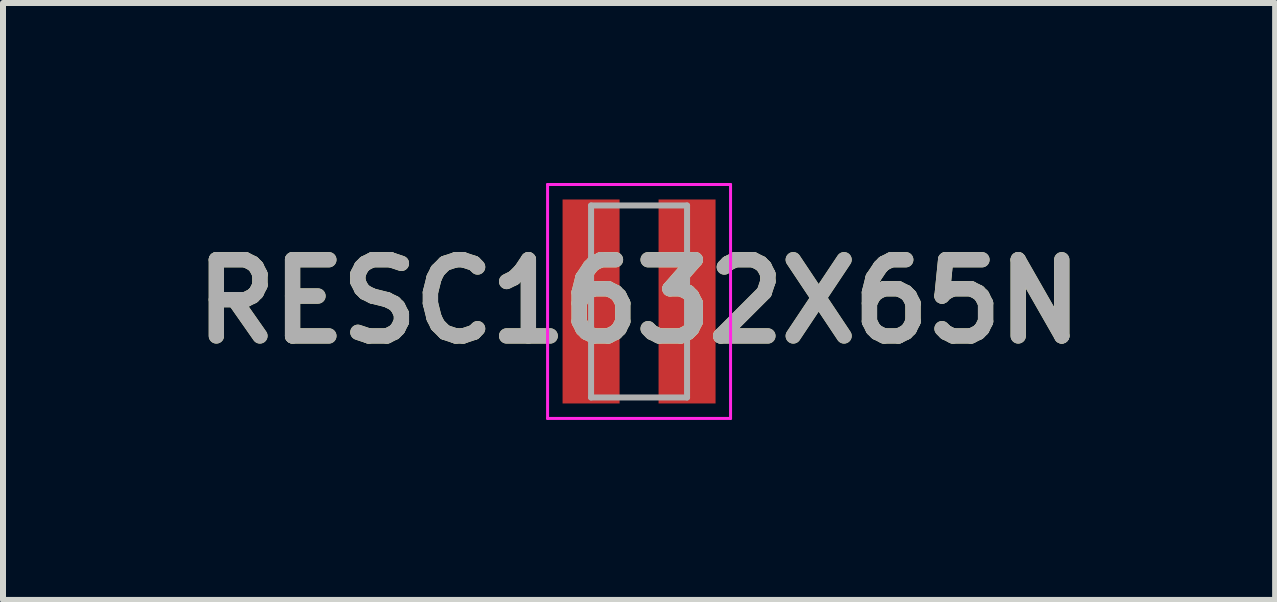
<source format=kicad_pcb>
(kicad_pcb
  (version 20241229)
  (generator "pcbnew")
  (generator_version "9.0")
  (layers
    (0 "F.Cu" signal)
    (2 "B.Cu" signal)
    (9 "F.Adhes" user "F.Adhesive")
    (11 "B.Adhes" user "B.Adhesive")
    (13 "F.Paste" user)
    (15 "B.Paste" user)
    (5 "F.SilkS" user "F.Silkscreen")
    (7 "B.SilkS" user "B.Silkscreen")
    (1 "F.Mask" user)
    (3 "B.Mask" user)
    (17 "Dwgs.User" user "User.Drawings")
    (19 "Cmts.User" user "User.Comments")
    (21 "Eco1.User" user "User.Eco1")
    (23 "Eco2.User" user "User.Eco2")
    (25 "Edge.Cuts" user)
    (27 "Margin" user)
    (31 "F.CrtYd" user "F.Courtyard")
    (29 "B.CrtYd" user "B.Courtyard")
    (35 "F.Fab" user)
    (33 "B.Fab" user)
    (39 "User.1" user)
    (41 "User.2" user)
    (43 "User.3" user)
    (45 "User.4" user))
  (footprint "RESC1632X65N"
    (layer "F.Cu")
    (at 7.602 1.975)
    (property "Reference" "RESC1632X65N" (at 0 0 0) (layer "F.SilkS") (effects (font (size 1.27 1.27) (thickness 0.254))))
    (attr smd)
    (fp_line (start -1.525 -1.95) (end 1.525 -1.95) (stroke (width 0.05) (type solid)) (layer "F.CrtYd"))
    (fp_line (start -1.525 1.95) (end -1.525 -1.95) (stroke (width 0.05) (type solid)) (layer "F.CrtYd"))
    (fp_line (start 1.525 -1.95) (end 1.525 1.95) (stroke (width 0.05) (type solid)) (layer "F.CrtYd"))
    (fp_line (start 1.525 1.95) (end -1.525 1.95) (stroke (width 0.05) (type solid)) (layer "F.CrtYd"))
    (fp_line (start -0.8 -1.6) (end 0.8 -1.6) (stroke (width 0.1) (type solid)) (layer "F.Fab"))
    (fp_line (start -0.8 1.6) (end -0.8 -1.6) (stroke (width 0.1) (type solid)) (layer "F.Fab"))
    (fp_line (start 0.8 -1.6) (end 0.8 1.6) (stroke (width 0.1) (type solid)) (layer "F.Fab"))
    (fp_line (start 0.8 1.6) (end -0.8 1.6) (stroke (width 0.1) (type solid)) (layer "F.Fab"))
    (fp_text user "${REFERENCE}" (at 0 0 0) (layer "F.Fab") (effects (font (size 1.27 1.27) (thickness 0.254))))
    (pad "1" smd rect (at -0.8 0) (size 0.95 3.4) (layers "F.Cu" "F.Mask" "F.Paste"))
    (pad "2" smd rect (at 0.8 0) (size 0.95 3.4) (layers "F.Cu" "F.Mask" "F.Paste")))
  (gr_rect
    (start -3 -3)
    (end 18.204 6.95)
    (stroke (width 0.1) (type default))
    (fill no)
    (layer "Edge.Cuts")))
</source>
